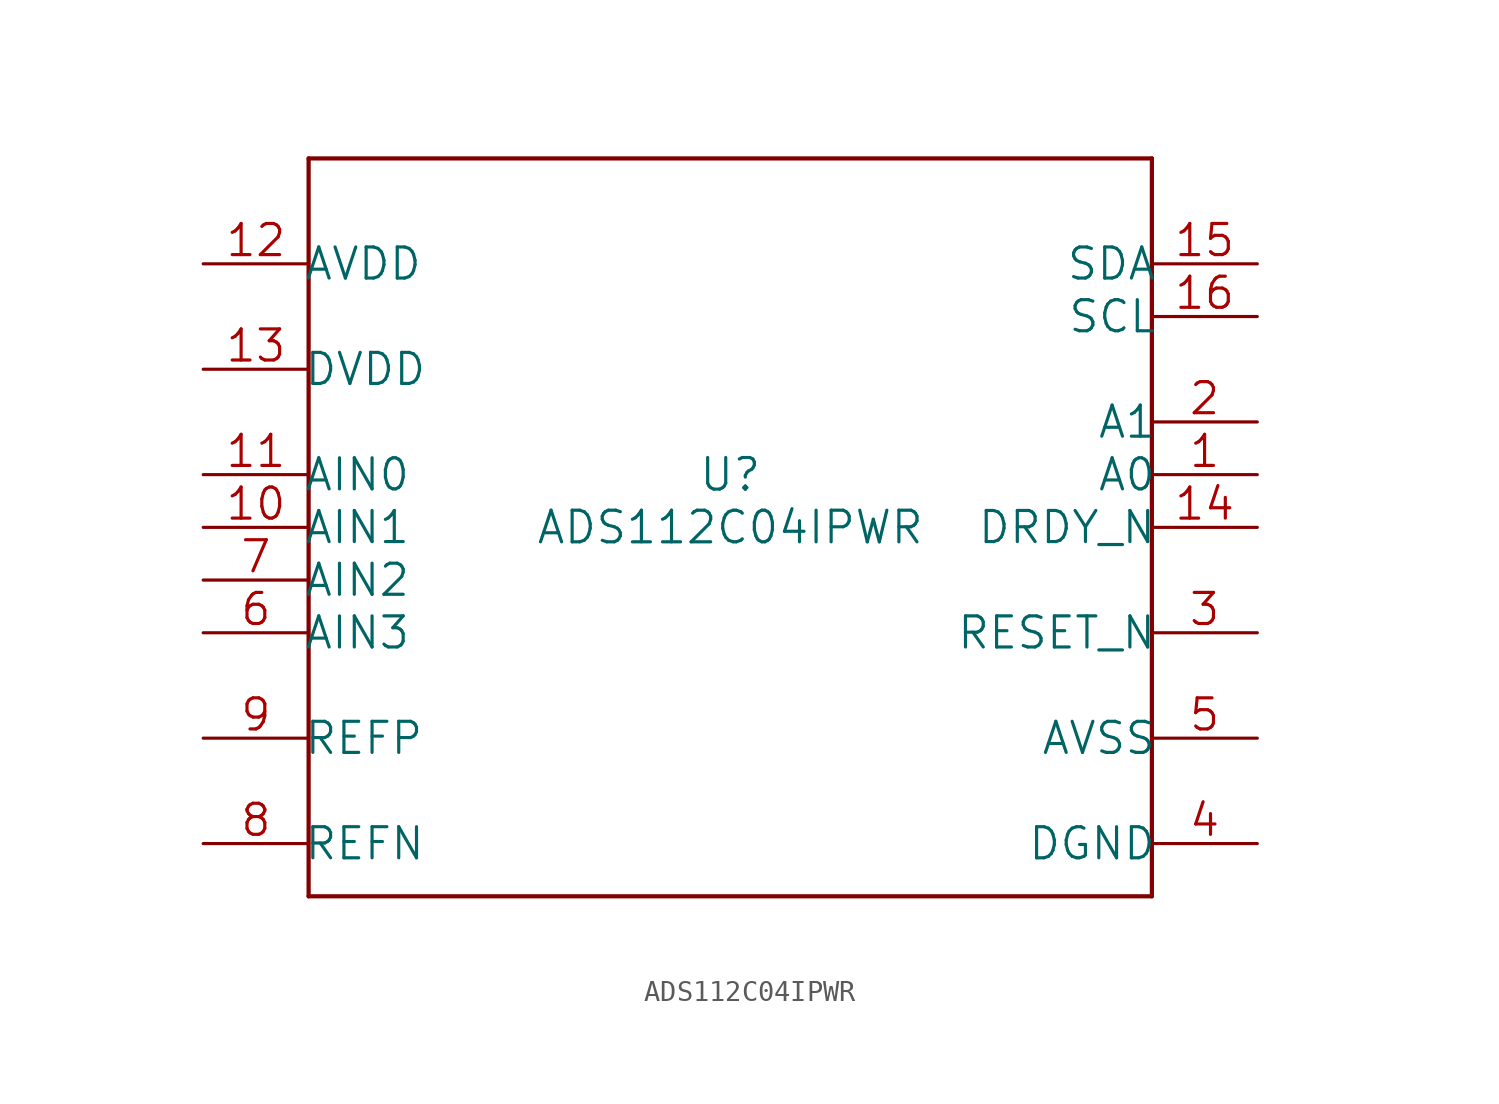
<source format=kicad_sym>
(kicad_symbol_lib
  (version 20211014)
  (generator kicad_symbol_editor)
  (symbol "ADS112C04IPWR"
    (pin_names
      (offset -0.254))
    (property "Reference" "U"
      (at 0 2.54 0)
      (effects (font (size 1.524 1.524))))
    (property "Value" "ADS112C04IPWR"
      (at 0 0 0)
      (effects (font (size 1.524 1.524))))
    (property "Datasheet" ""
      (at 0 0 0)
      (effects (font (size 1.524 1.524))))
    (property "ki_locked" ""
      (at 0 0 0)
      (effects (font (size 1.27 1.27))))
    (symbol "ADS112C04IPWR_1_1"
      (polyline (pts (xy -20.32 -17.78) (xy 20.32 -17.78)) (stroke (width 0.203) (type default) (color 0 0 0 0)) (fill (type none)))
      (polyline (pts (xy -20.32 17.78) (xy -20.32 -17.78)) (stroke (width 0.203) (type default) (color 0 0 0 0)) (fill (type none)))
      (polyline (pts (xy 20.32 -17.78) (xy 20.32 17.78)) (stroke (width 0.203) (type default) (color 0 0 0 0)) (fill (type none)))
      (polyline (pts (xy 20.32 17.78) (xy -20.32 17.78)) (stroke (width 0.203) (type default) (color 0 0 0 0)) (fill (type none)))
      (pin input line (at 25.4 2.54 180) (length 5.08) (name "A0" (effects (font (size 1.499 1.499)))) (number "1" (effects (font (size 1.499 1.499)))))
      (pin input line (at -25.4 0 0) (length 5.08) (name "AIN1" (effects (font (size 1.499 1.499)))) (number "10" (effects (font (size 1.499 1.499)))))
      (pin input line (at -25.4 2.54 0) (length 5.08) (name "AIN0" (effects (font (size 1.499 1.499)))) (number "11" (effects (font (size 1.499 1.499)))))
      (pin power_in line (at -25.4 12.7 0) (length 5.08) (name "AVDD" (effects (font (size 1.499 1.499)))) (number "12" (effects (font (size 1.499 1.499)))))
      (pin power_in line (at -25.4 7.62 0) (length 5.08) (name "DVDD" (effects (font (size 1.499 1.499)))) (number "13" (effects (font (size 1.499 1.499)))))
      (pin output line (at 25.4 0 180) (length 5.08) (name "DRDY_N" (effects (font (size 1.499 1.499)))) (number "14" (effects (font (size 1.499 1.499)))))
      (pin bidirectional line (at 25.4 12.7 180) (length 5.08) (name "SDA" (effects (font (size 1.499 1.499)))) (number "15" (effects (font (size 1.499 1.499)))))
      (pin input line (at 25.4 10.16 180) (length 5.08) (name "SCL" (effects (font (size 1.499 1.499)))) (number "16" (effects (font (size 1.499 1.499)))))
      (pin input line (at 25.4 5.08 180) (length 5.08) (name "A1" (effects (font (size 1.499 1.499)))) (number "2" (effects (font (size 1.499 1.499)))))
      (pin input line (at 25.4 -5.08 180) (length 5.08) (name "RESET_N" (effects (font (size 1.499 1.499)))) (number "3" (effects (font (size 1.499 1.499)))))
      (pin power_in line (at 25.4 -15.24 180) (length 5.08) (name "DGND" (effects (font (size 1.499 1.499)))) (number "4" (effects (font (size 1.499 1.499)))))
      (pin power_in line (at 25.4 -10.16 180) (length 5.08) (name "AVSS" (effects (font (size 1.499 1.499)))) (number "5" (effects (font (size 1.499 1.499)))))
      (pin input line (at -25.4 -5.08 0) (length 5.08) (name "AIN3" (effects (font (size 1.499 1.499)))) (number "6" (effects (font (size 1.499 1.499)))))
      (pin input line (at -25.4 -2.54 0) (length 5.08) (name "AIN2" (effects (font (size 1.499 1.499)))) (number "7" (effects (font (size 1.499 1.499)))))
      (pin input line (at -25.4 -15.24 0) (length 5.08) (name "REFN" (effects (font (size 1.499 1.499)))) (number "8" (effects (font (size 1.499 1.499)))))
      (pin input line (at -25.4 -10.16 0) (length 5.08) (name "REFP" (effects (font (size 1.499 1.499)))) (number "9" (effects (font (size 1.499 1.499))))))))
</source>
